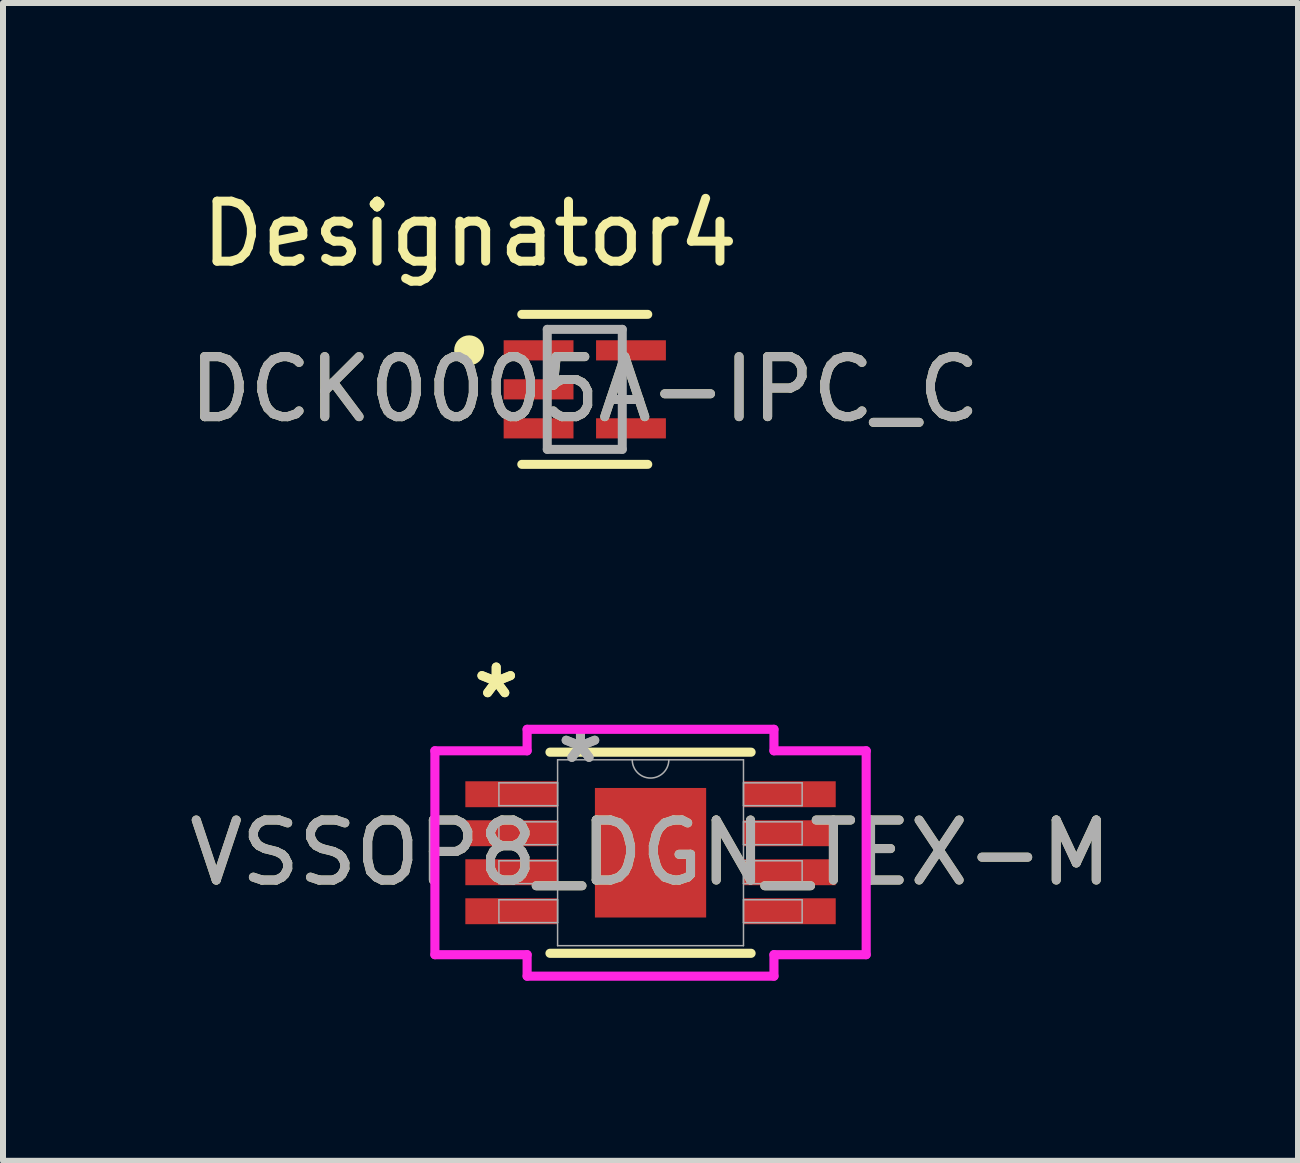
<source format=kicad_pcb>
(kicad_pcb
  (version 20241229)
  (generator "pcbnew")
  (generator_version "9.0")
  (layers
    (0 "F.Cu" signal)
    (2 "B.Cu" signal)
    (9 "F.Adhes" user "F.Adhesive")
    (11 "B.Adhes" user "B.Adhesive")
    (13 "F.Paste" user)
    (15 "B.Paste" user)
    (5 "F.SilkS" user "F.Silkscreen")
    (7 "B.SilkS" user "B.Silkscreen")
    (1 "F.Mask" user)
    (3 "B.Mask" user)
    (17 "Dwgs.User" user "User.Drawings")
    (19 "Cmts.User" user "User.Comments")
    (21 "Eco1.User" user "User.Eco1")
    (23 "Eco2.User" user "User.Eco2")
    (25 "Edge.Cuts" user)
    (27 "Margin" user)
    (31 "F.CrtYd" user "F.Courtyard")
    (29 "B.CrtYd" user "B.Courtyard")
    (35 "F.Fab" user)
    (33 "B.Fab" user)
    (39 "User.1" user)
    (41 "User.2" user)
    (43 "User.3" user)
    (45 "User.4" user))
  (footprint "DCK0005A-IPC_C"
    (layer "F.Cu")
    (at 6.696 3.439)
    (property "Reference" "DCK0005A-IPC_C" (at 0 0 0) (unlocked yes) (layer "F.SilkS") (effects (font (size 1 1) (thickness 0.15))))
    (attr smd)
    (fp_line (start -1.05 -1.25) (end 1.05 -1.25) (stroke (width 0.15) (type solid)) (layer "F.SilkS"))
    (fp_line (start -1.05 1.25) (end 1.05 1.25) (stroke (width 0.15) (type solid)) (layer "F.SilkS"))
    (fp_circle (center -1.927 -0.65) (end -1.802 -0.65) (stroke (width 0.25) (type solid)) (fill no) (layer "F.SilkS"))
    (fp_line (start -0.625 -1) (end 0.625 -1) (stroke (width 0.15) (type solid)) (layer "F.Fab"))
    (fp_line (start -0.625 1) (end -0.625 -1) (stroke (width 0.15) (type solid)) (layer "F.Fab"))
    (fp_line (start -0.625 1) (end 0.625 1) (stroke (width 0.15) (type solid)) (layer "F.Fab"))
    (fp_line (start 0.625 1) (end 0.625 -1) (stroke (width 0.15) (type solid)) (layer "F.Fab"))
    (fp_text user "Designator4" (at -1.914 -2.591 0) (unlocked yes) (layer "F.SilkS") (effects (font (size 1 1) (thickness 0.15))))
    (fp_text user "${REFERENCE}" (at 0 0 0) (unlocked yes) (layer "F.Fab") (effects (font (size 1 1) (thickness 0.15))))
    (pad "1" smd rect (at -0.77 -0.65) (size 1.164 0.336) (layers "F.Cu" "F.Mask" "F.Paste"))
    (pad "2" smd rect (at -0.77 0) (size 1.164 0.336) (layers "F.Cu" "F.Mask" "F.Paste"))
    (pad "3" smd rect (at -0.77 0.65) (size 1.164 0.336) (layers "F.Cu" "F.Mask" "F.Paste"))
    (pad "4" smd rect (at 0.77 0.65) (size 1.164 0.336) (layers "F.Cu" "F.Mask" "F.Paste"))
    (pad "5" smd rect (at 0.77 -0.65) (size 1.164 0.336) (layers "F.Cu" "F.Mask" "F.Paste")))
  (footprint "VSSOP8_DGN_TEX-M"
    (layer "F.Cu")
    (at 7.792 11.162)
    (property "Reference" "VSSOP8_DGN_TEX-M" (at 0 0 0) (unlocked yes) (layer "F.SilkS") (effects (font (size 1 1) (thickness 0.15))))
    (attr smd)
    (fp_line (start -1.676 1.676) (end 1.676 1.676) (stroke (width 0.152) (type solid)) (layer "F.SilkS"))
    (fp_line (start 1.676 -1.676) (end -1.676 -1.676) (stroke (width 0.152) (type solid)) (layer "F.SilkS"))
    (fp_line (start -3.594 -1.699) (end -2.057 -1.699) (stroke (width 0.152) (type solid)) (layer "F.CrtYd"))
    (fp_line (start -3.594 1.699) (end -3.594 -1.699) (stroke (width 0.152) (type solid)) (layer "F.CrtYd"))
    (fp_line (start -3.594 1.699) (end -2.057 1.699) (stroke (width 0.152) (type solid)) (layer "F.CrtYd"))
    (fp_line (start -2.057 -2.057) (end 2.057 -2.057) (stroke (width 0.152) (type solid)) (layer "F.CrtYd"))
    (fp_line (start -2.057 -1.699) (end -2.057 -2.057) (stroke (width 0.152) (type solid)) (layer "F.CrtYd"))
    (fp_line (start -2.057 2.057) (end -2.057 1.699) (stroke (width 0.152) (type solid)) (layer "F.CrtYd"))
    (fp_line (start 2.057 -2.057) (end 2.057 -1.699) (stroke (width 0.152) (type solid)) (layer "F.CrtYd"))
    (fp_line (start 2.057 1.699) (end 2.057 2.057) (stroke (width 0.152) (type solid)) (layer "F.CrtYd"))
    (fp_line (start 2.057 2.057) (end -2.057 2.057) (stroke (width 0.152) (type solid)) (layer "F.CrtYd"))
    (fp_line (start 3.594 -1.699) (end 2.057 -1.699) (stroke (width 0.152) (type solid)) (layer "F.CrtYd"))
    (fp_line (start 3.594 -1.699) (end 3.594 1.699) (stroke (width 0.152) (type solid)) (layer "F.CrtYd"))
    (fp_line (start 3.594 1.699) (end 2.057 1.699) (stroke (width 0.152) (type solid)) (layer "F.CrtYd"))
    (fp_line (start -2.527 -1.165) (end -2.527 -0.784) (stroke (width 0.025) (type solid)) (layer "F.Fab"))
    (fp_line (start -2.527 -0.784) (end -1.549 -0.784) (stroke (width 0.025) (type solid)) (layer "F.Fab"))
    (fp_line (start -2.527 -0.515) (end -2.527 -0.134) (stroke (width 0.025) (type solid)) (layer "F.Fab"))
    (fp_line (start -2.527 -0.134) (end -1.549 -0.134) (stroke (width 0.025) (type solid)) (layer "F.Fab"))
    (fp_line (start -2.527 0.134) (end -2.527 0.515) (stroke (width 0.025) (type solid)) (layer "F.Fab"))
    (fp_line (start -2.527 0.515) (end -1.549 0.515) (stroke (width 0.025) (type solid)) (layer "F.Fab"))
    (fp_line (start -2.527 0.784) (end -2.527 1.165) (stroke (width 0.025) (type solid)) (layer "F.Fab"))
    (fp_line (start -2.527 1.165) (end -1.549 1.165) (stroke (width 0.025) (type solid)) (layer "F.Fab"))
    (fp_line (start -1.549 -1.549) (end -1.549 1.549) (stroke (width 0.025) (type solid)) (layer "F.Fab"))
    (fp_line (start -1.549 -1.165) (end -2.527 -1.165) (stroke (width 0.025) (type solid)) (layer "F.Fab"))
    (fp_line (start -1.549 -0.784) (end -1.549 -1.165) (stroke (width 0.025) (type solid)) (layer "F.Fab"))
    (fp_line (start -1.549 -0.515) (end -2.527 -0.515) (stroke (width 0.025) (type solid)) (layer "F.Fab"))
    (fp_line (start -1.549 -0.134) (end -1.549 -0.515) (stroke (width 0.025) (type solid)) (layer "F.Fab"))
    (fp_line (start -1.549 0.134) (end -2.527 0.134) (stroke (width 0.025) (type solid)) (layer "F.Fab"))
    (fp_line (start -1.549 0.515) (end -1.549 0.134) (stroke (width 0.025) (type solid)) (layer "F.Fab"))
    (fp_line (start -1.549 0.784) (end -2.527 0.784) (stroke (width 0.025) (type solid)) (layer "F.Fab"))
    (fp_line (start -1.549 1.165) (end -1.549 0.784) (stroke (width 0.025) (type solid)) (layer "F.Fab"))
    (fp_line (start -1.549 1.549) (end 1.549 1.549) (stroke (width 0.025) (type solid)) (layer "F.Fab"))
    (fp_line (start 1.549 -1.549) (end -1.549 -1.549) (stroke (width 0.025) (type solid)) (layer "F.Fab"))
    (fp_line (start 1.549 -1.165) (end 1.549 -0.784) (stroke (width 0.025) (type solid)) (layer "F.Fab"))
    (fp_line (start 1.549 -0.784) (end 2.527 -0.784) (stroke (width 0.025) (type solid)) (layer "F.Fab"))
    (fp_line (start 1.549 -0.515) (end 1.549 -0.134) (stroke (width 0.025) (type solid)) (layer "F.Fab"))
    (fp_line (start 1.549 -0.134) (end 2.527 -0.134) (stroke (width 0.025) (type solid)) (layer "F.Fab"))
    (fp_line (start 1.549 0.134) (end 1.549 0.515) (stroke (width 0.025) (type solid)) (layer "F.Fab"))
    (fp_line (start 1.549 0.515) (end 2.527 0.515) (stroke (width 0.025) (type solid)) (layer "F.Fab"))
    (fp_line (start 1.549 0.784) (end 1.549 1.165) (stroke (width 0.025) (type solid)) (layer "F.Fab"))
    (fp_line (start 1.549 1.165) (end 2.527 1.165) (stroke (width 0.025) (type solid)) (layer "F.Fab"))
    (fp_line (start 1.549 1.549) (end 1.549 -1.549) (stroke (width 0.025) (type solid)) (layer "F.Fab"))
    (fp_line (start 2.527 -1.165) (end 1.549 -1.165) (stroke (width 0.025) (type solid)) (layer "F.Fab"))
    (fp_line (start 2.527 -0.784) (end 2.527 -1.165) (stroke (width 0.025) (type solid)) (layer "F.Fab"))
    (fp_line (start 2.527 -0.515) (end 1.549 -0.515) (stroke (width 0.025) (type solid)) (layer "F.Fab"))
    (fp_line (start 2.527 -0.134) (end 2.527 -0.515) (stroke (width 0.025) (type solid)) (layer "F.Fab"))
    (fp_line (start 2.527 0.134) (end 1.549 0.134) (stroke (width 0.025) (type solid)) (layer "F.Fab"))
    (fp_line (start 2.527 0.515) (end 2.527 0.134) (stroke (width 0.025) (type solid)) (layer "F.Fab"))
    (fp_line (start 2.527 0.784) (end 1.549 0.784) (stroke (width 0.025) (type solid)) (layer "F.Fab"))
    (fp_line (start 2.527 1.165) (end 2.527 0.784) (stroke (width 0.025) (type solid)) (layer "F.Fab"))
    (fp_arc (start 0.3048 -1.5494) (mid 0 -1.2446) (end -0.3048 -1.5494) (stroke (width 0.0254) (type solid)) (layer "F.Fab"))
    (fp_text user "*" (at -2.572 -2.55 0) (unlocked yes) (layer "F.SilkS") (effects (font (size 1 1) (thickness 0.15))))
    (fp_text user "*" (at -2.572 -2.55 0) (layer "F.SilkS") (effects (font (size 1 1) (thickness 0.15))))
    (fp_text user "${REFERENCE}" (at 0 0 0) (unlocked yes) (layer "F.Fab") (effects (font (size 1 1) (thickness 0.15))))
    (fp_text user "*" (at -1.168 -1.473 0) (layer "F.Fab") (effects (font (size 1 1) (thickness 0.15))))
    (fp_text user "*" (at -1.168 -1.473 0) (unlocked yes) (layer "F.Fab") (effects (font (size 1 1) (thickness 0.15))))
    (pad "1" smd rect (at -2.318 -0.975) (size 1.537 0.432) (layers "F.Cu" "F.Mask" "F.Paste"))
    (pad "2" smd rect (at -2.318 -0.325) (size 1.537 0.432) (layers "F.Cu" "F.Mask" "F.Paste"))
    (pad "3" smd rect (at -2.318 0.325) (size 1.537 0.432) (layers "F.Cu" "F.Mask" "F.Paste"))
    (pad "4" smd rect (at -2.318 0.975) (size 1.537 0.432) (layers "F.Cu" "F.Mask" "F.Paste"))
    (pad "5" smd rect (at 2.318 0.975) (size 1.537 0.432) (layers "F.Cu" "F.Mask" "F.Paste"))
    (pad "6" smd rect (at 2.318 0.325) (size 1.537 0.432) (layers "F.Cu" "F.Mask" "F.Paste"))
    (pad "7" smd rect (at 2.318 -0.325) (size 1.537 0.432) (layers "F.Cu" "F.Mask" "F.Paste"))
    (pad "8" smd rect (at 2.318 -0.975) (size 1.537 0.432) (layers "F.Cu" "F.Mask" "F.Paste"))
    (pad "EPAD" smd rect (at 0 0) (size 1.854 2.159) (layers "F.Cu" "F.Mask" "F.Paste")))
  (gr_rect
    (start -3 -3)
    (end 18.583 16.296)
    (stroke (width 0.1) (type default))
    (fill no)
    (layer "Edge.Cuts")))
</source>
